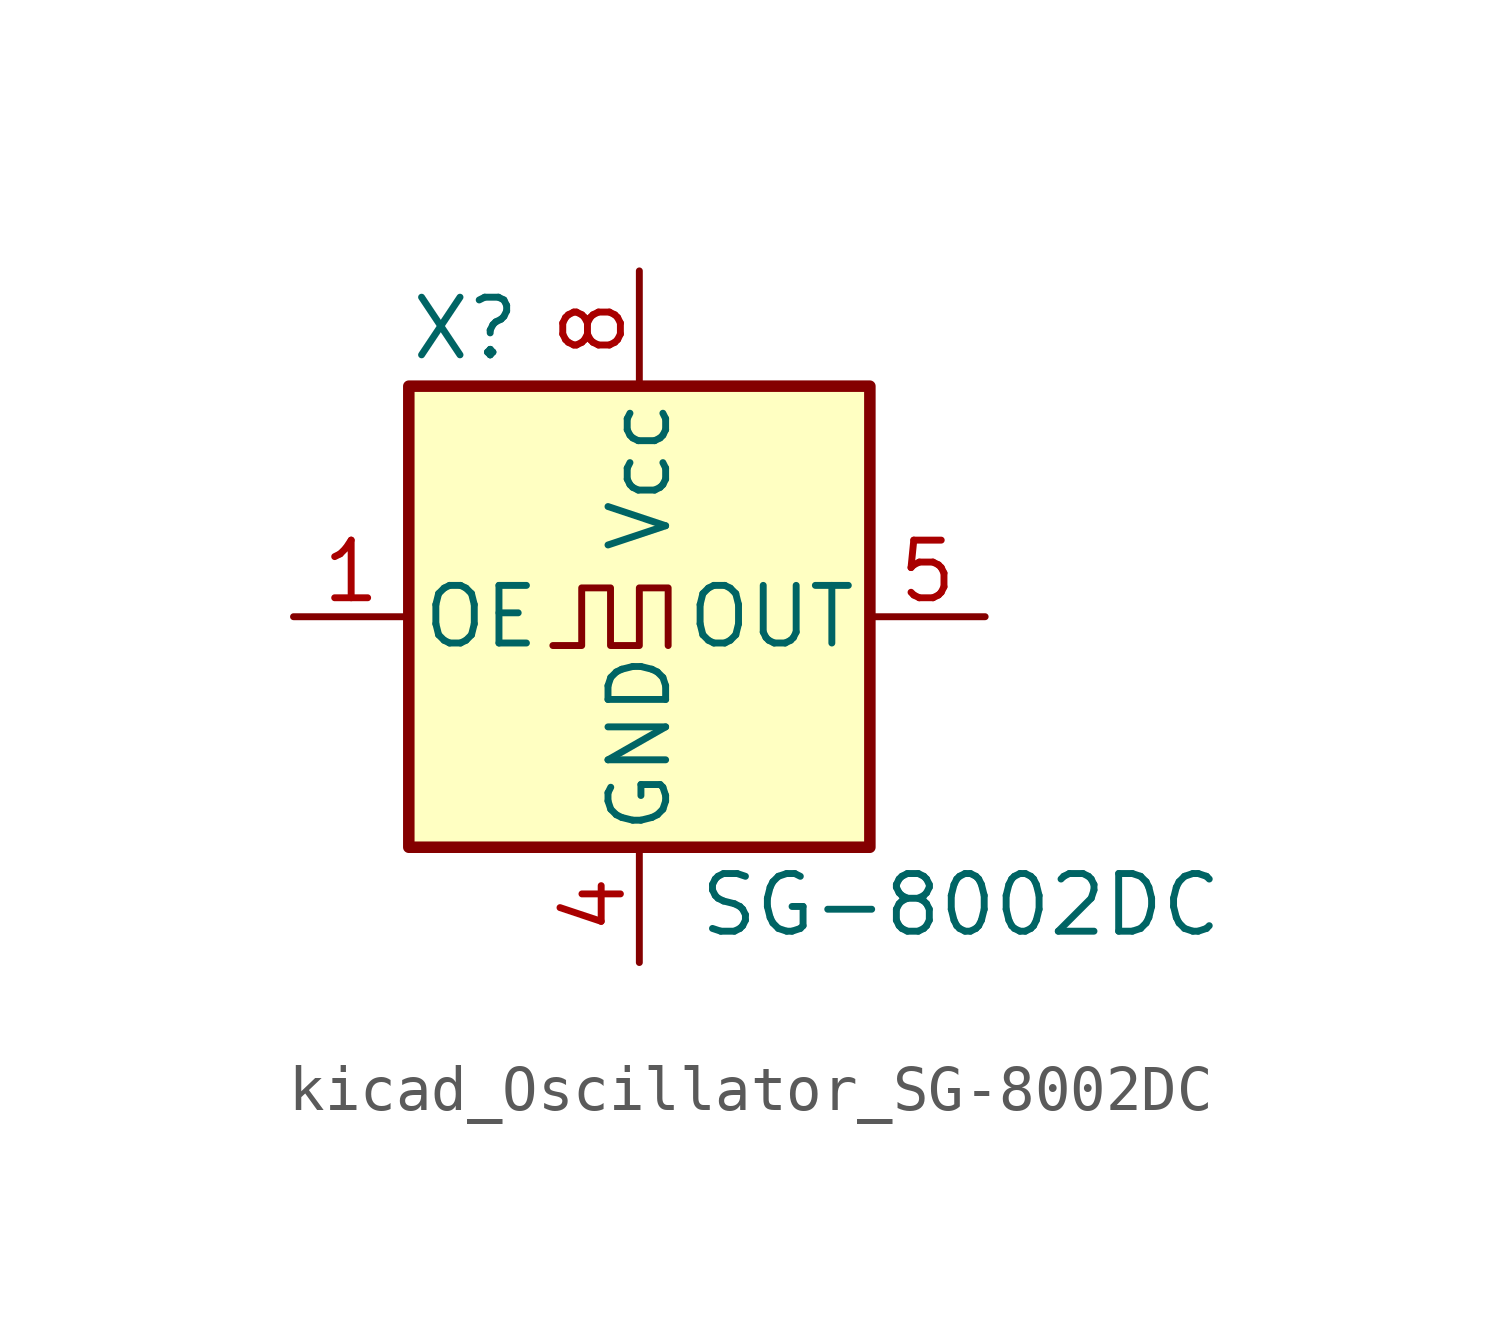
<source format=kicad_sym>
(kicad_symbol_lib
  (version 20220914)
  (generator kicad_symbol_editor)
  (symbol "kicad_Oscillator_SG-8002DC"
    (pin_names
      (offset 0.254))
    (property "Reference" "X"
      (at -5.08 6.35 0)
      (effects (font (size 1.27 1.27)) (justify left)))
    (property "Value" "SG-8002DC"
      (at 1.27 -6.35 0)
      (effects (font (size 1.27 1.27)) (justify left)))
    (symbol "kicad_Oscillator_SG-8002DC_0_1"
      (rectangle (start -5.08 5.08) (end 5.08 -5.08) (stroke (width 0.254) (type default)) (fill (type background)))
      (polyline (pts (xy -1.905 -0.635) (xy -1.27 -0.635) (xy -1.27 0.635) (xy -0.635 0.635) (xy -0.635 -0.635) (xy 0 -0.635) (xy 0 0.635) (xy 0.635 0.635) (xy 0.635 -0.635)) (stroke (width 0) (type default)) (fill (type none))))
    (symbol "kicad_Oscillator_SG-8002DC_1_1"
      (pin input line (at -7.62 0 0) (length 2.54) (name "OE" (effects (font (size 1.27 1.27)))) (number "1" (effects (font (size 1.27 1.27)))))
      (pin power_in line (at 0 -7.62 90) (length 2.54) (name "GND" (effects (font (size 1.27 1.27)))) (number "4" (effects (font (size 1.27 1.27)))))
      (pin output line (at 7.62 0 180) (length 2.54) (name "OUT" (effects (font (size 1.27 1.27)))) (number "5" (effects (font (size 1.27 1.27)))))
      (pin power_in line (at 0 7.62 270) (length 2.54) (name "Vcc" (effects (font (size 1.27 1.27)))) (number "8" (effects (font (size 1.27 1.27))))))))
</source>
